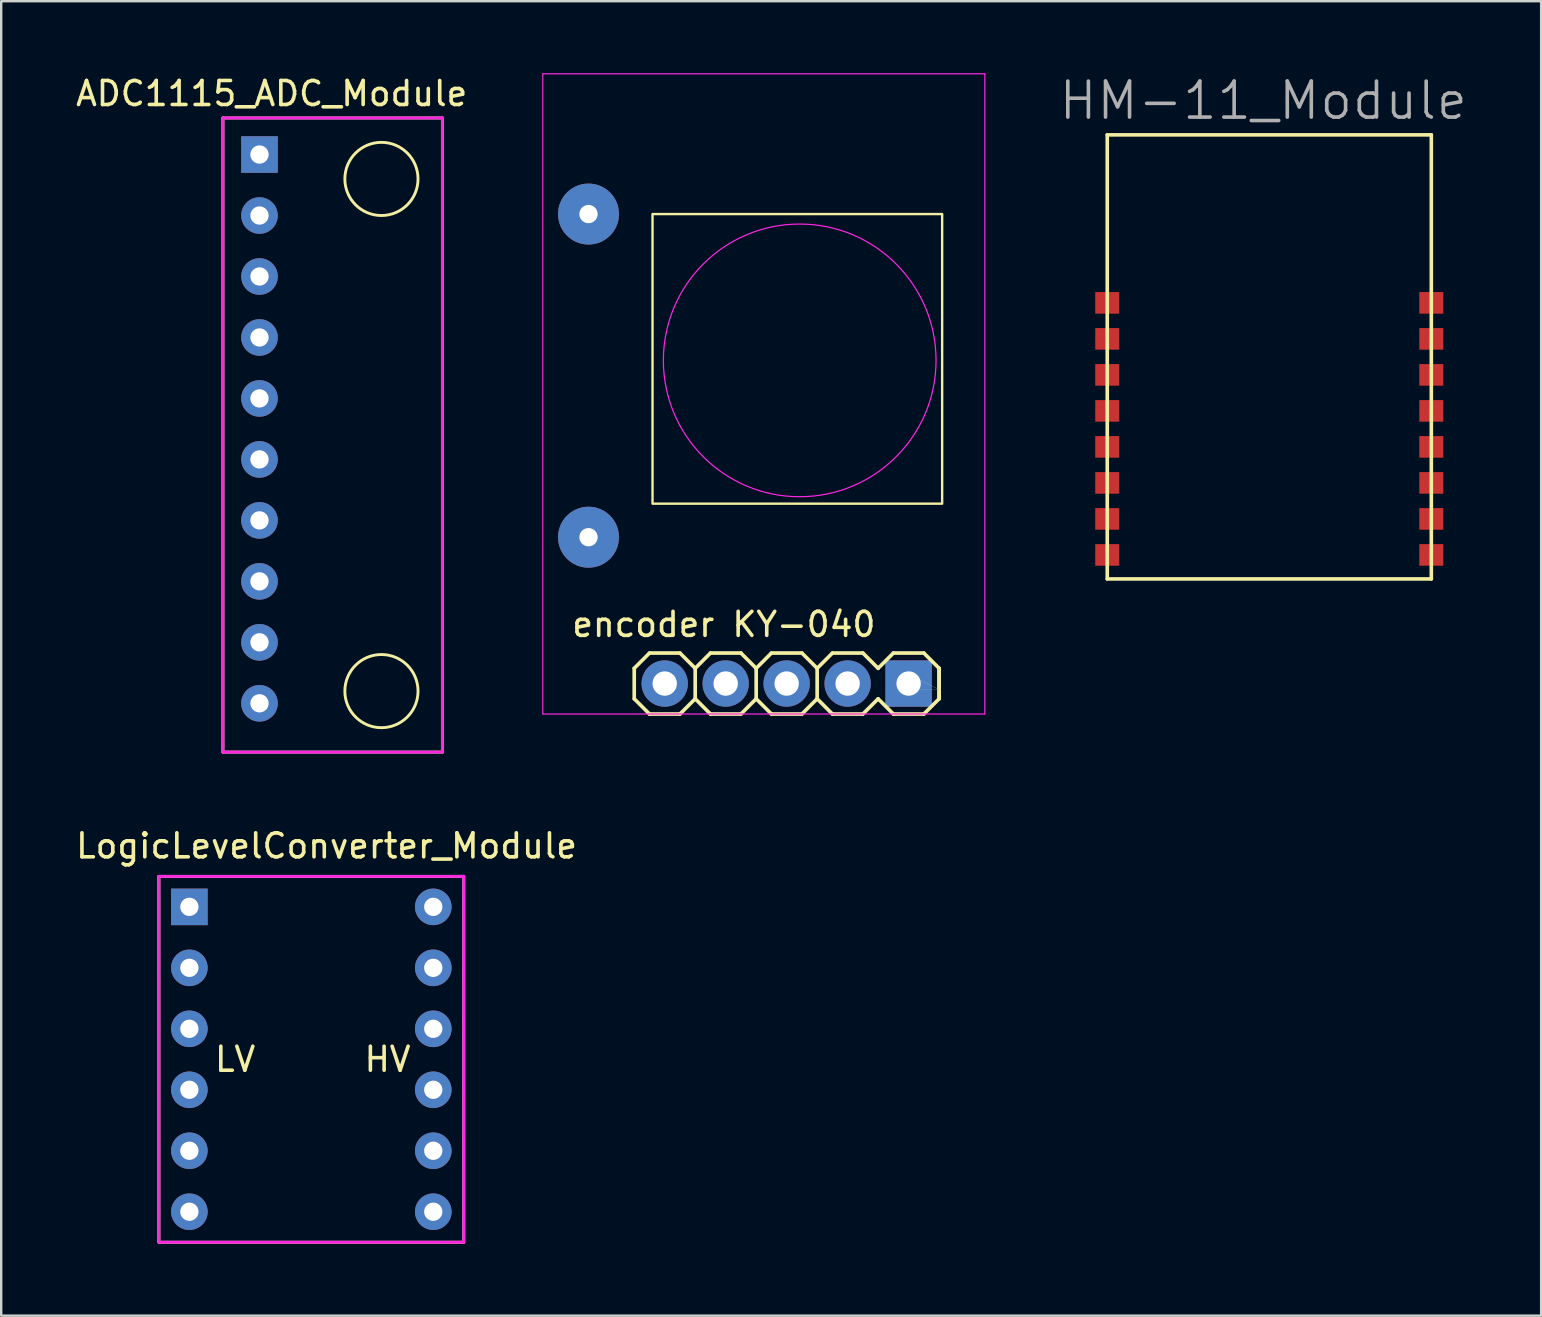
<source format=kicad_pcb>
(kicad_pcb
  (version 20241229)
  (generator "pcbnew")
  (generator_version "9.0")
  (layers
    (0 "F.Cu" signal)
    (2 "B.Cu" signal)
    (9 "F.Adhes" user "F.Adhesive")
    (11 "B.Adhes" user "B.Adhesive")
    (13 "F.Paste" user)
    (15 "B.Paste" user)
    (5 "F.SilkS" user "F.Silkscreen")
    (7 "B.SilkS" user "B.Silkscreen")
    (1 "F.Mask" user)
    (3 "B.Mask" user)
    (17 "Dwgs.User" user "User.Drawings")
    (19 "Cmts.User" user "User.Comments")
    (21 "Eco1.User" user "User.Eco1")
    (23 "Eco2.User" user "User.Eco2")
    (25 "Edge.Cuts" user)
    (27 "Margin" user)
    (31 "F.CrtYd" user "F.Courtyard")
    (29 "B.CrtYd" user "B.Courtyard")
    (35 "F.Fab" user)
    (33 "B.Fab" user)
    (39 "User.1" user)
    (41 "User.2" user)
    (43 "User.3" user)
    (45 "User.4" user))
  (footprint "ADC1115_ADC_Module"
    (layer "F.Cu")
    (at 7.76 3.388)
    (property "Reference" "ADC1115_ADC_Module" (at 0.508 -2.54 0) (layer "F.SilkS") (effects (font (size 1 1) (thickness 0.15))))
    (attr through_hole)
    (fp_line (start -1.524 -1.524) (end 7.62 -1.524) (stroke (width 0.12) (type solid)) (layer "F.SilkS"))
    (fp_line (start -1.524 24.892) (end -1.524 -1.524) (stroke (width 0.12) (type solid)) (layer "F.SilkS"))
    (fp_line (start 7.62 -1.524) (end 7.62 24.892) (stroke (width 0.12) (type solid)) (layer "F.SilkS"))
    (fp_line (start 7.62 24.892) (end -1.524 24.892) (stroke (width 0.12) (type solid)) (layer "F.SilkS"))
    (fp_circle (center 5.08 1.016) (end 5.08 -0.508) (stroke (width 0.12) (type solid)) (fill no) (layer "F.SilkS"))
    (fp_circle (center 5.08 22.352) (end 5.08 20.828) (stroke (width 0.12) (type solid)) (fill no) (layer "F.SilkS"))
    (fp_line (start -1.524 -1.524) (end 7.62 -1.524) (stroke (width 0.12) (type solid)) (layer "F.CrtYd"))
    (fp_line (start -1.524 24.892) (end -1.524 -1.524) (stroke (width 0.12) (type solid)) (layer "F.CrtYd"))
    (fp_line (start 7.62 -1.524) (end 7.62 24.892) (stroke (width 0.12) (type solid)) (layer "F.CrtYd"))
    (fp_line (start 7.62 24.892) (end -1.524 24.892) (stroke (width 0.12) (type solid)) (layer "F.CrtYd"))
    (pad "1" thru_hole rect (at 0 0) (size 1.524 1.524) (drill 0.762) (layers "*.Cu" "*.Mask"))
    (pad "2" thru_hole circle (at 0 2.54) (size 1.524 1.524) (drill 0.762) (layers "*.Cu" "*.Mask"))
    (pad "3" thru_hole circle (at 0 5.08) (size 1.524 1.524) (drill 0.762) (layers "*.Cu" "*.Mask"))
    (pad "4" thru_hole circle (at 0 7.62) (size 1.524 1.524) (drill 0.762) (layers "*.Cu" "*.Mask"))
    (pad "5" thru_hole circle (at 0 10.16) (size 1.524 1.524) (drill 0.762) (layers "*.Cu" "*.Mask"))
    (pad "6" thru_hole circle (at 0 12.7) (size 1.524 1.524) (drill 0.762) (layers "*.Cu" "*.Mask"))
    (pad "7" thru_hole circle (at 0 15.24) (size 1.524 1.524) (drill 0.762) (layers "*.Cu" "*.Mask"))
    (pad "8" thru_hole circle (at 0 17.78) (size 1.524 1.524) (drill 0.762) (layers "*.Cu" "*.Mask"))
    (pad "9" thru_hole circle (at 0 20.32) (size 1.524 1.524) (drill 0.762) (layers "*.Cu" "*.Mask"))
    (pad "10" thru_hole circle (at 0 22.86) (size 1.524 1.524) (drill 0.762) (layers "*.Cu" "*.Mask")))
  (footprint "HM-11_Module"
    (layer "F.Cu")
    (at 49.826 12.317)
    (property "Reference" "HM-11_Module" (at -0.25 -11.176 0) (layer "F.Fab") (effects (font (size 1.5 1.5) (thickness 0.15))))
    (attr through_hole)
    (fp_line (start -6.75 -9.75) (end 6.75 -9.75) (stroke (width 0.15) (type solid)) (layer "F.SilkS"))
    (fp_line (start -6.75 8.75) (end -6.75 -9.75) (stroke (width 0.15) (type solid)) (layer "F.SilkS"))
    (fp_line (start 6.75 -9.75) (end 6.75 8.75) (stroke (width 0.15) (type solid)) (layer "F.SilkS"))
    (fp_line (start 6.75 8.75) (end -6.75 8.75) (stroke (width 0.15) (type solid)) (layer "F.SilkS"))
    (pad "1" smd rect (at -6.75 -2.75) (size 1 0.9) (layers "F.Cu" "F.Mask" "F.Paste"))
    (pad "2" smd rect (at -6.75 -1.25) (size 1 0.9) (layers "F.Cu" "F.Mask" "F.Paste"))
    (pad "3" smd rect (at -6.75 0.25) (size 1 0.9) (layers "F.Cu" "F.Mask" "F.Paste"))
    (pad "4" smd rect (at -6.75 1.75) (size 1 0.9) (layers "F.Cu" "F.Mask" "F.Paste"))
    (pad "5" smd rect (at -6.75 3.25) (size 1 0.9) (layers "F.Cu" "F.Mask" "F.Paste"))
    (pad "6" smd rect (at -6.75 4.75) (size 1 0.9) (layers "F.Cu" "F.Mask" "F.Paste"))
    (pad "7" smd rect (at -6.75 6.25) (size 1 0.9) (layers "F.Cu" "F.Mask" "F.Paste"))
    (pad "8" smd rect (at -6.75 7.75) (size 1 0.9) (layers "F.Cu" "F.Mask" "F.Paste"))
    (pad "9" smd rect (at 6.75 7.75) (size 1 0.9) (layers "F.Cu" "F.Mask" "F.Paste"))
    (pad "10" smd rect (at 6.75 6.25) (size 1 0.9) (layers "F.Cu" "F.Mask" "F.Paste"))
    (pad "11" smd rect (at 6.75 4.75) (size 1 0.9) (layers "F.Cu" "F.Mask" "F.Paste"))
    (pad "12" smd rect (at 6.75 3.25) (size 1 0.9) (layers "F.Cu" "F.Mask" "F.Paste"))
    (pad "13" smd rect (at 6.75 1.75) (size 1 0.9) (layers "F.Cu" "F.Mask" "F.Paste"))
    (pad "14" smd rect (at 6.75 0.25) (size 1 0.9) (layers "F.Cu" "F.Mask" "F.Paste"))
    (pad "15" smd rect (at 6.75 -1.25) (size 1 0.9) (layers "F.Cu" "F.Mask" "F.Paste"))
    (pad "16" smd rect (at 6.75 -2.75) (size 1 0.9) (layers "F.Cu" "F.Mask" "F.Paste")))
  (footprint "LogicLevelConverter_Module"
    (layer "F.Cu")
    (at 4.839 34.728)
    (property "Reference" "LogicLevelConverter_Module" (at 5.715 -2.54 0) (layer "F.SilkS") (effects (font (size 1 1) (thickness 0.15))))
    (attr through_hole)
    (fp_line (start -1.27 -1.27) (end 11.43 -1.27) (stroke (width 0.12) (type solid)) (layer "F.SilkS"))
    (fp_line (start -1.27 13.97) (end -1.27 -1.27) (stroke (width 0.12) (type solid)) (layer "F.SilkS"))
    (fp_line (start 11.43 -1.27) (end 11.43 13.97) (stroke (width 0.12) (type solid)) (layer "F.SilkS"))
    (fp_line (start 11.43 13.97) (end -1.27 13.97) (stroke (width 0.12) (type solid)) (layer "F.SilkS"))
    (fp_line (start -1.27 -1.27) (end 11.43 -1.27) (stroke (width 0.12) (type solid)) (layer "F.CrtYd"))
    (fp_line (start -1.27 13.97) (end -1.27 -1.27) (stroke (width 0.12) (type solid)) (layer "F.CrtYd"))
    (fp_line (start 11.43 -1.27) (end 11.43 13.97) (stroke (width 0.12) (type solid)) (layer "F.CrtYd"))
    (fp_line (start 11.43 13.97) (end -1.27 13.97) (stroke (width 0.12) (type solid)) (layer "F.CrtYd"))
    (fp_text user "HV" (at 8.255 6.35 0) (layer "F.SilkS") (effects (font (size 1 1) (thickness 0.15))))
    (fp_text user "LV" (at 1.905 6.35 0) (layer "F.SilkS") (effects (font (size 1 1) (thickness 0.15))))
    (pad "1" thru_hole rect (at 0 0) (size 1.524 1.524) (drill 0.762) (layers "*.Cu" "*.Mask"))
    (pad "2" thru_hole circle (at 0 2.54) (size 1.524 1.524) (drill 0.762) (layers "*.Cu" "*.Mask"))
    (pad "3" thru_hole circle (at 0 5.08) (size 1.524 1.524) (drill 0.762) (layers "*.Cu" "*.Mask"))
    (pad "4" thru_hole circle (at 0 7.62) (size 1.524 1.524) (drill 0.762) (layers "*.Cu" "*.Mask"))
    (pad "5" thru_hole circle (at 0 10.16) (size 1.524 1.524) (drill 0.762) (layers "*.Cu" "*.Mask"))
    (pad "6" thru_hole circle (at 0 12.7) (size 1.524 1.524) (drill 0.762) (layers "*.Cu" "*.Mask"))
    (pad "7" thru_hole circle (at 10.16 12.7) (size 1.524 1.524) (drill 0.762) (layers "*.Cu" "*.Mask"))
    (pad "8" thru_hole circle (at 10.16 10.16) (size 1.524 1.524) (drill 0.762) (layers "*.Cu" "*.Mask"))
    (pad "9" thru_hole circle (at 10.16 7.62) (size 1.524 1.524) (drill 0.762) (layers "*.Cu" "*.Mask"))
    (pad "10" thru_hole circle (at 10.16 5.08) (size 1.524 1.524) (drill 0.762) (layers "*.Cu" "*.Mask"))
    (pad "11" thru_hole circle (at 10.16 2.54) (size 1.524 1.524) (drill 0.762) (layers "*.Cu" "*.Mask"))
    (pad "12" thru_hole circle (at 10.16 0) (size 1.524 1.524) (drill 0.762) (layers "*.Cu" "*.Mask")))
  (footprint "encoder KY-040"
    (layer "F.Cu")
    (at 31.626 25.425)
    (property "Reference" "encoder KY-040" (at -4.521 -2.464 0) (layer "F.SilkS") (effects (font (size 1 1) (thickness 0.15))))
    (attr through_hole)
    (fp_line (start -8.255 -0.635) (end -8.255 0.635) (stroke (width 0.152) (type solid)) (layer "F.SilkS"))
    (fp_line (start -8.255 0.635) (end -7.62 1.27) (stroke (width 0.152) (type solid)) (layer "F.SilkS"))
    (fp_line (start -7.62 -1.27) (end -8.255 -0.635) (stroke (width 0.152) (type solid)) (layer "F.SilkS"))
    (fp_line (start -7.62 -1.27) (end -6.35 -1.27) (stroke (width 0.152) (type solid)) (layer "F.SilkS"))
    (fp_line (start -6.35 -1.27) (end -5.715 -0.635) (stroke (width 0.152) (type solid)) (layer "F.SilkS"))
    (fp_line (start -6.35 1.27) (end -7.62 1.27) (stroke (width 0.152) (type solid)) (layer "F.SilkS"))
    (fp_line (start -5.715 -0.635) (end -5.715 0.635) (stroke (width 0.152) (type solid)) (layer "F.SilkS"))
    (fp_line (start -5.715 -0.635) (end -5.08 -1.27) (stroke (width 0.152) (type solid)) (layer "F.SilkS"))
    (fp_line (start -5.715 0.635) (end -6.35 1.27) (stroke (width 0.152) (type solid)) (layer "F.SilkS"))
    (fp_line (start -5.08 -1.27) (end -3.81 -1.27) (stroke (width 0.152) (type solid)) (layer "F.SilkS"))
    (fp_line (start -5.08 1.27) (end -5.715 0.635) (stroke (width 0.152) (type solid)) (layer "F.SilkS"))
    (fp_line (start -3.81 -1.27) (end -3.175 -0.635) (stroke (width 0.152) (type solid)) (layer "F.SilkS"))
    (fp_line (start -3.81 1.27) (end -5.08 1.27) (stroke (width 0.152) (type solid)) (layer "F.SilkS"))
    (fp_line (start -3.175 -0.635) (end -3.175 0.635) (stroke (width 0.152) (type solid)) (layer "F.SilkS"))
    (fp_line (start -3.175 -0.635) (end -2.54 -1.27) (stroke (width 0.152) (type solid)) (layer "F.SilkS"))
    (fp_line (start -3.175 0.635) (end -3.81 1.27) (stroke (width 0.152) (type solid)) (layer "F.SilkS"))
    (fp_line (start -2.54 -1.27) (end -1.27 -1.27) (stroke (width 0.152) (type solid)) (layer "F.SilkS"))
    (fp_line (start -2.54 1.27) (end -3.175 0.635) (stroke (width 0.152) (type solid)) (layer "F.SilkS"))
    (fp_line (start -1.27 -1.27) (end -0.635 -0.635) (stroke (width 0.152) (type solid)) (layer "F.SilkS"))
    (fp_line (start -1.27 1.27) (end -2.54 1.27) (stroke (width 0.152) (type solid)) (layer "F.SilkS"))
    (fp_line (start -0.635 -0.635) (end -0.635 0.635) (stroke (width 0.152) (type solid)) (layer "F.SilkS"))
    (fp_line (start -0.635 0.635) (end -1.27 1.27) (stroke (width 0.152) (type solid)) (layer "F.SilkS"))
    (fp_line (start -0.635 0.635) (end 0 1.27) (stroke (width 0.152) (type solid)) (layer "F.SilkS"))
    (fp_line (start 0 -1.27) (end -0.635 -0.635) (stroke (width 0.152) (type solid)) (layer "F.SilkS"))
    (fp_line (start 0 -1.27) (end 1.27 -1.27) (stroke (width 0.152) (type solid)) (layer "F.SilkS"))
    (fp_line (start 1.27 -1.27) (end 1.905 -0.635) (stroke (width 0.152) (type solid)) (layer "F.SilkS"))
    (fp_line (start 1.27 1.27) (end 0 1.27) (stroke (width 0.152) (type solid)) (layer "F.SilkS"))
    (fp_line (start 1.905 -0.635) (end 2.54 -1.27) (stroke (width 0.152) (type solid)) (layer "F.SilkS"))
    (fp_line (start 1.905 0.635) (end 1.27 1.27) (stroke (width 0.152) (type solid)) (layer "F.SilkS"))
    (fp_line (start 2.54 -1.27) (end 3.81 -1.27) (stroke (width 0.152) (type solid)) (layer "F.SilkS"))
    (fp_line (start 2.54 1.27) (end 1.905 0.635) (stroke (width 0.152) (type solid)) (layer "F.SilkS"))
    (fp_line (start 3.81 -1.27) (end 4.445 -0.635) (stroke (width 0.152) (type solid)) (layer "F.SilkS"))
    (fp_line (start 3.81 1.27) (end 2.54 1.27) (stroke (width 0.152) (type solid)) (layer "F.SilkS"))
    (fp_line (start 4.445 -0.635) (end 4.445 0.635) (stroke (width 0.152) (type solid)) (layer "F.SilkS"))
    (fp_line (start 4.445 -0.635) (end 4.445 0.635) (stroke (width 0.152) (type solid)) (layer "F.SilkS"))
    (fp_line (start 4.445 0.635) (end 3.81 1.27) (stroke (width 0.152) (type solid)) (layer "F.SilkS"))
    (fp_rect (start -7.493 -7.493) (end 4.572 -19.558) (stroke (width 0.1) (type default)) (fill no) (layer "F.SilkS"))
    (fp_line (start -12.065 -25.4) (end 6.35 -25.4) (stroke (width 0.05) (type default)) (layer "F.CrtYd"))
    (fp_line (start -12.065 1.27) (end -12.065 -25.4) (stroke (width 0.05) (type default)) (layer "F.CrtYd"))
    (fp_line (start 6.35 -25.4) (end 6.35 1.27) (stroke (width 0.05) (type default)) (layer "F.CrtYd"))
    (fp_line (start 6.35 1.27) (end -12.065 1.27) (stroke (width 0.05) (type default)) (layer "F.CrtYd"))
    (fp_circle (center -1.362 -13.462) (end -6.442 -10.922) (stroke (width 0.05) (type default)) (fill no) (layer "F.CrtYd"))
    (fp_poly (pts (xy -7.239 -0.254) (xy -6.731 -0.254) (xy -6.731 0.254) (xy -7.239 0.254)) (stroke (width 0.01) (type solid)) (fill no) (layer "F.Fab"))
    (fp_poly (pts (xy -4.699 -0.254) (xy -4.191 -0.254) (xy -4.191 0.254) (xy -4.699 0.254)) (stroke (width 0.01) (type solid)) (fill no) (layer "F.Fab"))
    (fp_poly (pts (xy -2.159 -0.254) (xy -1.651 -0.254) (xy -1.651 0.254) (xy -2.159 0.254)) (stroke (width 0.01) (type solid)) (fill no) (layer "F.Fab"))
    (fp_poly (pts (xy 0.381 -0.254) (xy 0.889 -0.254) (xy 0.889 0.254) (xy 0.381 0.254)) (stroke (width 0.01) (type solid)) (fill no) (layer "F.Fab"))
    (fp_poly (pts (xy 2.921 -0.254) (xy 3.429 -0.254) (xy 4.445 0.254) (xy 2.921 0.254)) (stroke (width 0.01) (type solid)) (fill no) (layer "F.Fab"))
    (pad "1" thru_hole circle (at -10.16 -6.096) (size 2.54 2.54) (drill 0.762) (layers "*.Cu" "*.Mask"))
    (pad "2" thru_hole circle (at -10.16 -19.558) (size 2.54 2.54) (drill 0.762) (layers "*.Cu" "*.Mask"))
    (pad "CLK" thru_hole rect (at 3.175 0) (size 1.93 1.93) (drill 1.016) (layers "*.Cu" "*.Mask"))
    (pad "DT" thru_hole circle (at 0.635 0) (size 1.93 1.93) (drill 1.016) (layers "*.Cu" "*.Mask"))
    (pad "GND" thru_hole circle (at -6.985 0) (size 1.93 1.93) (drill 1.016) (layers "*.Cu" "*.Mask"))
    (pad "SW" thru_hole circle (at -1.905 0) (size 1.93 1.93) (drill 1.016) (layers "*.Cu" "*.Mask"))
    (pad "VCC" thru_hole circle (at -4.445 0) (size 1.93 1.93) (drill 1.016) (layers "*.Cu" "*.Mask")))
  (gr_rect
    (start -3 -3)
    (end 61.151 51.758)
    (stroke (width 0.1) (type default))
    (fill no)
    (layer "Edge.Cuts")))
</source>
